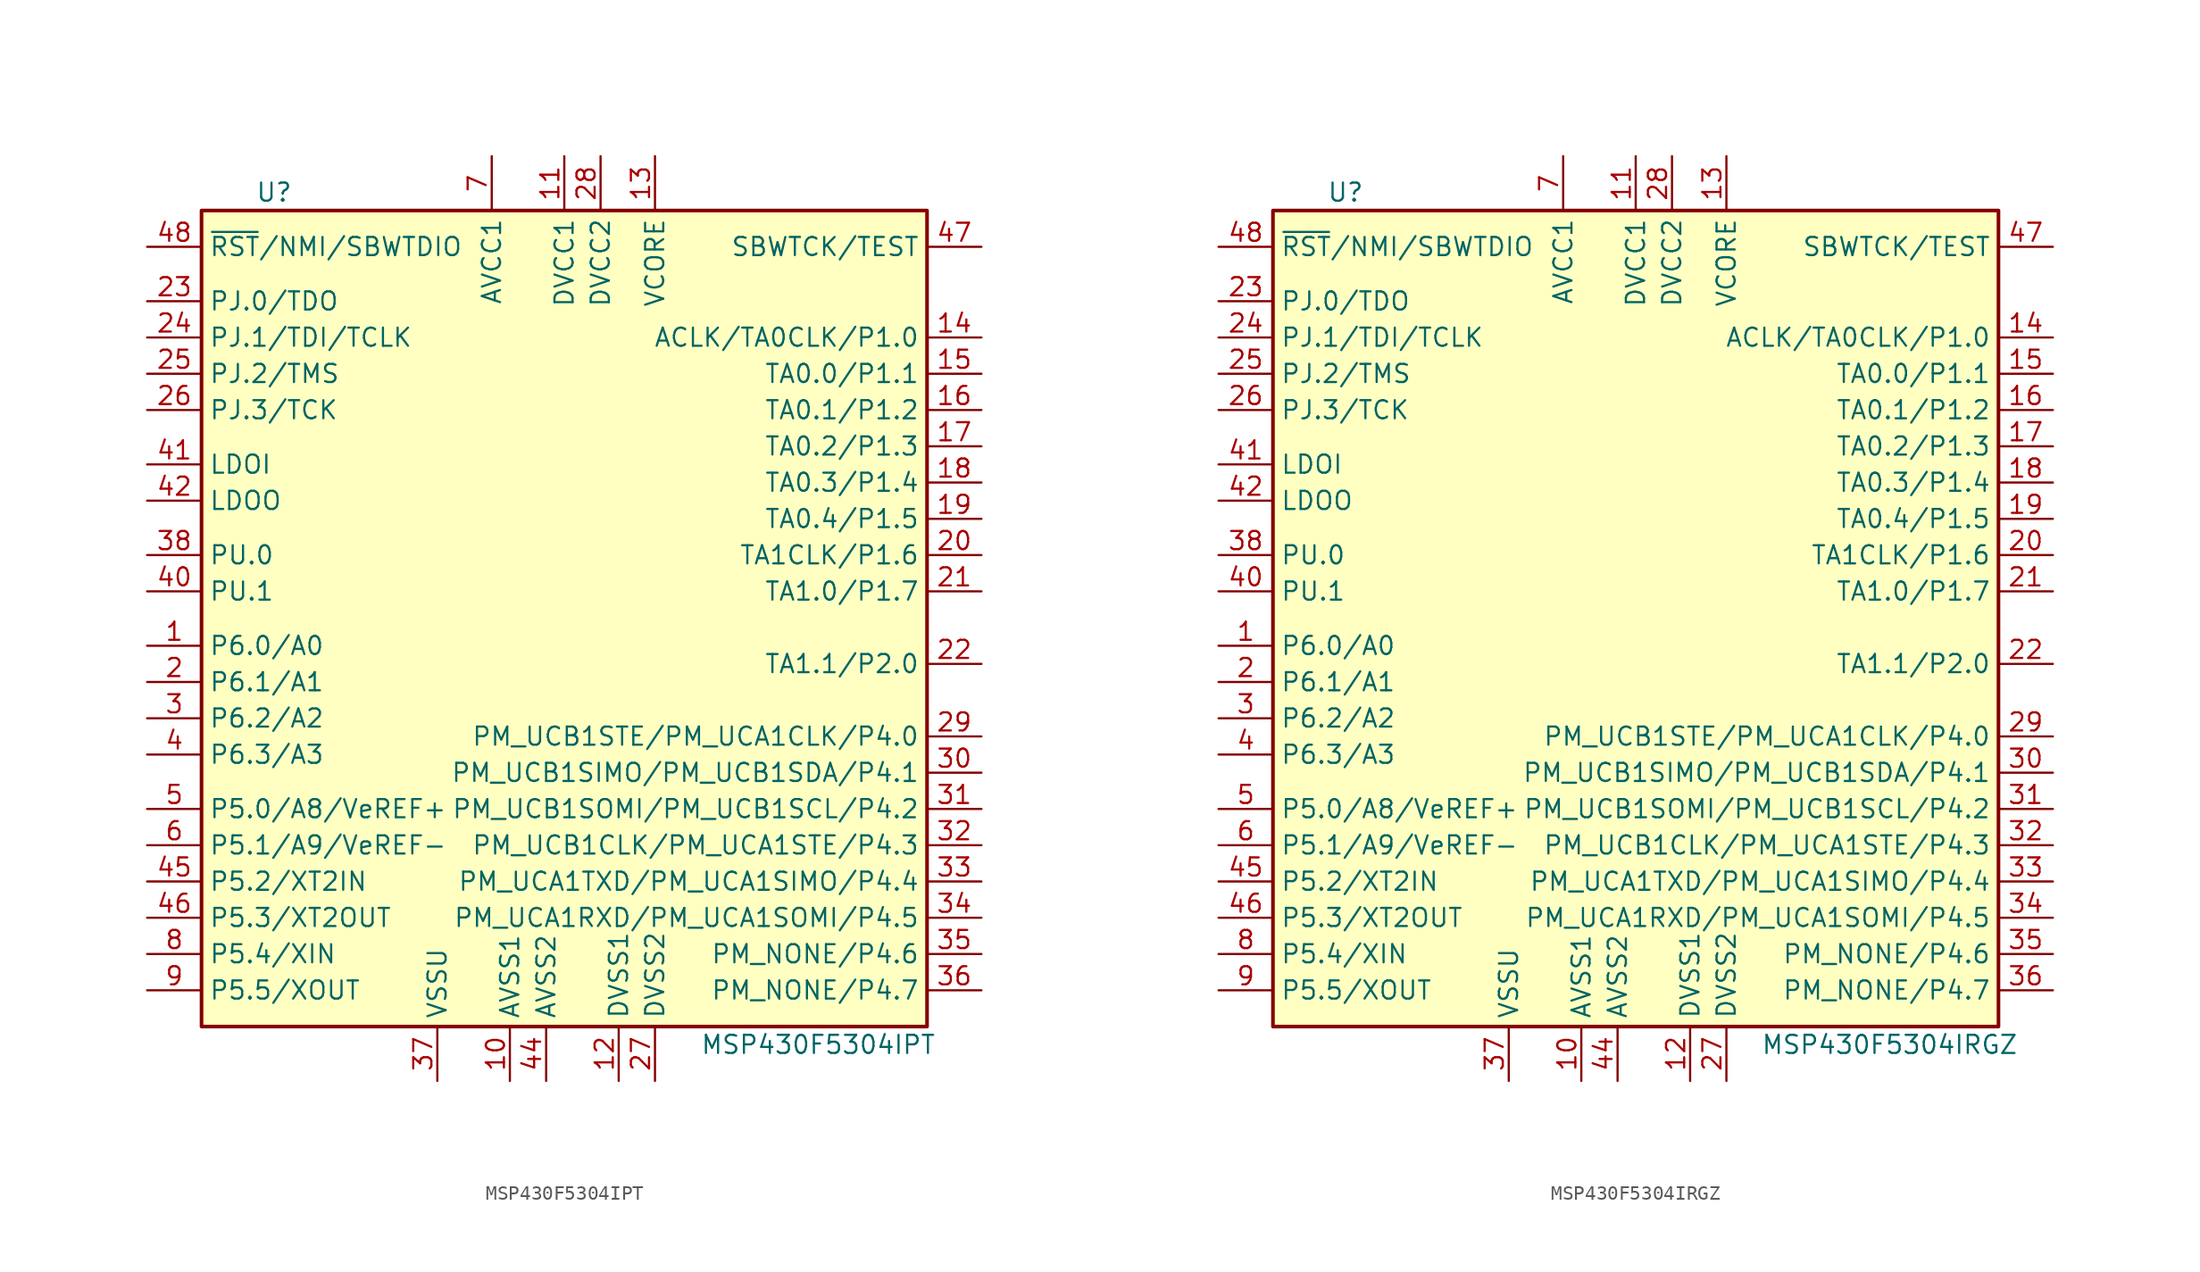
<source format=kicad_sym>
(kicad_symbol_lib
  (version 20201005)
  (generator kicad_symbol_editor)
  (symbol "MCU_Texas_MSP430:MSP430F5304IPT"
    (property "Reference" "U"
      (at -21.59 30.48 0)
      (effects (font (size 1.27 1.27))))
    (property "Value" "MSP430F5304IPT"
      (at 16.51 -29.21 0)
      (effects (font (size 1.27 1.27))))
    (symbol "MSP430F5304IPT_0_1"
      (rectangle (start -26.67 29.21) (end 24.13 -27.94) (stroke (width 0.254)) (fill (type background))))
    (symbol "MSP430F5304IPT_1_1"
      (pin bidirectional line (at -30.48 -1.27 0) (length 3.81) (name "P6.0/A0" (effects (font (size 1.27 1.27)))) (number "1" (effects (font (size 1.27 1.27)))))
      (pin power_in line (at -5.08 -31.75 90) (length 3.81) (name "AVSS1" (effects (font (size 1.27 1.27)))) (number "10" (effects (font (size 1.27 1.27)))))
      (pin power_in line (at -1.27 33.02 270) (length 3.81) (name "DVCC1" (effects (font (size 1.27 1.27)))) (number "11" (effects (font (size 1.27 1.27)))))
      (pin power_in line (at 2.54 -31.75 90) (length 3.81) (name "DVSS1" (effects (font (size 1.27 1.27)))) (number "12" (effects (font (size 1.27 1.27)))))
      (pin bidirectional line (at 5.08 33.02 270) (length 3.81) (name "VCORE" (effects (font (size 1.27 1.27)))) (number "13" (effects (font (size 1.27 1.27)))))
      (pin bidirectional line (at 27.94 20.32 180) (length 3.81) (name "ACLK/TA0CLK/P1.0" (effects (font (size 1.27 1.27)))) (number "14" (effects (font (size 1.27 1.27)))))
      (pin bidirectional line (at 27.94 17.78 180) (length 3.81) (name "TA0.0/P1.1" (effects (font (size 1.27 1.27)))) (number "15" (effects (font (size 1.27 1.27)))))
      (pin bidirectional line (at 27.94 15.24 180) (length 3.81) (name "TA0.1/P1.2" (effects (font (size 1.27 1.27)))) (number "16" (effects (font (size 1.27 1.27)))))
      (pin bidirectional line (at 27.94 12.7 180) (length 3.81) (name "TA0.2/P1.3" (effects (font (size 1.27 1.27)))) (number "17" (effects (font (size 1.27 1.27)))))
      (pin bidirectional line (at 27.94 10.16 180) (length 3.81) (name "TA0.3/P1.4" (effects (font (size 1.27 1.27)))) (number "18" (effects (font (size 1.27 1.27)))))
      (pin bidirectional line (at 27.94 7.62 180) (length 3.81) (name "TA0.4/P1.5" (effects (font (size 1.27 1.27)))) (number "19" (effects (font (size 1.27 1.27)))))
      (pin bidirectional line (at -30.48 -3.81 0) (length 3.81) (name "P6.1/A1" (effects (font (size 1.27 1.27)))) (number "2" (effects (font (size 1.27 1.27)))))
      (pin bidirectional line (at 27.94 5.08 180) (length 3.81) (name "TA1CLK/P1.6" (effects (font (size 1.27 1.27)))) (number "20" (effects (font (size 1.27 1.27)))))
      (pin bidirectional line (at 27.94 2.54 180) (length 3.81) (name "TA1.0/P1.7" (effects (font (size 1.27 1.27)))) (number "21" (effects (font (size 1.27 1.27)))))
      (pin bidirectional line (at 27.94 -2.54 180) (length 3.81) (name "TA1.1/P2.0" (effects (font (size 1.27 1.27)))) (number "22" (effects (font (size 1.27 1.27)))))
      (pin bidirectional line (at -30.48 22.86 0) (length 3.81) (name "PJ.0/TDO" (effects (font (size 1.27 1.27)))) (number "23" (effects (font (size 1.27 1.27)))))
      (pin bidirectional line (at -30.48 20.32 0) (length 3.81) (name "PJ.1/TDI/TCLK" (effects (font (size 1.27 1.27)))) (number "24" (effects (font (size 1.27 1.27)))))
      (pin bidirectional line (at -30.48 17.78 0) (length 3.81) (name "PJ.2/TMS" (effects (font (size 1.27 1.27)))) (number "25" (effects (font (size 1.27 1.27)))))
      (pin bidirectional line (at -30.48 15.24 0) (length 3.81) (name "PJ.3/TCK" (effects (font (size 1.27 1.27)))) (number "26" (effects (font (size 1.27 1.27)))))
      (pin power_in line (at 5.08 -31.75 90) (length 3.81) (name "DVSS2" (effects (font (size 1.27 1.27)))) (number "27" (effects (font (size 1.27 1.27)))))
      (pin power_in line (at 1.27 33.02 270) (length 3.81) (name "DVCC2" (effects (font (size 1.27 1.27)))) (number "28" (effects (font (size 1.27 1.27)))))
      (pin bidirectional line (at 27.94 -7.62 180) (length 3.81) (name "PM_UCB1STE/PM_UCA1CLK/P4.0" (effects (font (size 1.27 1.27)))) (number "29" (effects (font (size 1.27 1.27)))))
      (pin bidirectional line (at -30.48 -6.35 0) (length 3.81) (name "P6.2/A2" (effects (font (size 1.27 1.27)))) (number "3" (effects (font (size 1.27 1.27)))))
      (pin bidirectional line (at 27.94 -10.16 180) (length 3.81) (name "PM_UCB1SIMO/PM_UCB1SDA/P4.1" (effects (font (size 1.27 1.27)))) (number "30" (effects (font (size 1.27 1.27)))))
      (pin bidirectional line (at 27.94 -12.7 180) (length 3.81) (name "PM_UCB1SOMI/PM_UCB1SCL/P4.2" (effects (font (size 1.27 1.27)))) (number "31" (effects (font (size 1.27 1.27)))))
      (pin bidirectional line (at 27.94 -15.24 180) (length 3.81) (name "PM_UCB1CLK/PM_UCA1STE/P4.3" (effects (font (size 1.27 1.27)))) (number "32" (effects (font (size 1.27 1.27)))))
      (pin bidirectional line (at 27.94 -17.78 180) (length 3.81) (name "PM_UCA1TXD/PM_UCA1SIMO/P4.4" (effects (font (size 1.27 1.27)))) (number "33" (effects (font (size 1.27 1.27)))))
      (pin bidirectional line (at 27.94 -20.32 180) (length 3.81) (name "PM_UCA1RXD/PM_UCA1SOMI/P4.5" (effects (font (size 1.27 1.27)))) (number "34" (effects (font (size 1.27 1.27)))))
      (pin bidirectional line (at 27.94 -22.86 180) (length 3.81) (name "PM_NONE/P4.6" (effects (font (size 1.27 1.27)))) (number "35" (effects (font (size 1.27 1.27)))))
      (pin bidirectional line (at 27.94 -25.4 180) (length 3.81) (name "PM_NONE/P4.7" (effects (font (size 1.27 1.27)))) (number "36" (effects (font (size 1.27 1.27)))))
      (pin power_in line (at -10.16 -31.75 90) (length 3.81) (name "VSSU" (effects (font (size 1.27 1.27)))) (number "37" (effects (font (size 1.27 1.27)))))
      (pin bidirectional line (at -30.48 5.08 0) (length 3.81) (name "PU.0" (effects (font (size 1.27 1.27)))) (number "38" (effects (font (size 1.27 1.27)))))
      (pin bidirectional line (at -30.48 -8.89 0) (length 3.81) (name "P6.3/A3" (effects (font (size 1.27 1.27)))) (number "4" (effects (font (size 1.27 1.27)))))
      (pin bidirectional line (at -30.48 2.54 0) (length 3.81) (name "PU.1" (effects (font (size 1.27 1.27)))) (number "40" (effects (font (size 1.27 1.27)))))
      (pin power_in line (at -30.48 11.43 0) (length 3.81) (name "LDOI" (effects (font (size 1.27 1.27)))) (number "41" (effects (font (size 1.27 1.27)))))
      (pin power_out line (at -30.48 8.89 0) (length 3.81) (name "LDOO" (effects (font (size 1.27 1.27)))) (number "42" (effects (font (size 1.27 1.27)))))
      (pin power_in line (at -2.54 -31.75 90) (length 3.81) (name "AVSS2" (effects (font (size 1.27 1.27)))) (number "44" (effects (font (size 1.27 1.27)))))
      (pin bidirectional line (at -30.48 -17.78 0) (length 3.81) (name "P5.2/XT2IN" (effects (font (size 1.27 1.27)))) (number "45" (effects (font (size 1.27 1.27)))))
      (pin bidirectional line (at -30.48 -20.32 0) (length 3.81) (name "P5.3/XT2OUT" (effects (font (size 1.27 1.27)))) (number "46" (effects (font (size 1.27 1.27)))))
      (pin input line (at 27.94 26.67 180) (length 3.81) (name "SBWTCK/TEST" (effects (font (size 1.27 1.27)))) (number "47" (effects (font (size 1.27 1.27)))))
      (pin input line (at -30.48 26.67 0) (length 3.81) (name "~RST~/NMI/SBWTDIO" (effects (font (size 1.27 1.27)))) (number "48" (effects (font (size 1.27 1.27)))))
      (pin bidirectional line (at -30.48 -12.7 0) (length 3.81) (name "P5.0/A8/VeREF+" (effects (font (size 1.27 1.27)))) (number "5" (effects (font (size 1.27 1.27)))))
      (pin bidirectional line (at -30.48 -15.24 0) (length 3.81) (name "P5.1/A9/VeREF-" (effects (font (size 1.27 1.27)))) (number "6" (effects (font (size 1.27 1.27)))))
      (pin power_in line (at -6.35 33.02 270) (length 3.81) (name "AVCC1" (effects (font (size 1.27 1.27)))) (number "7" (effects (font (size 1.27 1.27)))))
      (pin bidirectional line (at -30.48 -22.86 0) (length 3.81) (name "P5.4/XIN" (effects (font (size 1.27 1.27)))) (number "8" (effects (font (size 1.27 1.27)))))
      (pin bidirectional line (at -30.48 -25.4 0) (length 3.81) (name "P5.5/XOUT" (effects (font (size 1.27 1.27)))) (number "9" (effects (font (size 1.27 1.27)))))))
  (symbol "MCU_Texas_MSP430:MSP430F5304IRGZ"
    (property "Reference" "U"
      (at -21.59 30.48 0)
      (effects (font (size 1.27 1.27))))
    (property "Value" "MSP430F5304IRGZ"
      (at 16.51 -29.21 0)
      (effects (font (size 1.27 1.27))))
    (symbol "MSP430F5304IRGZ_0_1"
      (rectangle (start -26.67 29.21) (end 24.13 -27.94) (stroke (width 0.254)) (fill (type background))))
    (symbol "MSP430F5304IRGZ_1_1"
      (pin bidirectional line (at -30.48 -1.27 0) (length 3.81) (name "P6.0/A0" (effects (font (size 1.27 1.27)))) (number "1" (effects (font (size 1.27 1.27)))))
      (pin power_in line (at -5.08 -31.75 90) (length 3.81) (name "AVSS1" (effects (font (size 1.27 1.27)))) (number "10" (effects (font (size 1.27 1.27)))))
      (pin power_in line (at -1.27 33.02 270) (length 3.81) (name "DVCC1" (effects (font (size 1.27 1.27)))) (number "11" (effects (font (size 1.27 1.27)))))
      (pin power_in line (at 2.54 -31.75 90) (length 3.81) (name "DVSS1" (effects (font (size 1.27 1.27)))) (number "12" (effects (font (size 1.27 1.27)))))
      (pin bidirectional line (at 5.08 33.02 270) (length 3.81) (name "VCORE" (effects (font (size 1.27 1.27)))) (number "13" (effects (font (size 1.27 1.27)))))
      (pin bidirectional line (at 27.94 20.32 180) (length 3.81) (name "ACLK/TA0CLK/P1.0" (effects (font (size 1.27 1.27)))) (number "14" (effects (font (size 1.27 1.27)))))
      (pin bidirectional line (at 27.94 17.78 180) (length 3.81) (name "TA0.0/P1.1" (effects (font (size 1.27 1.27)))) (number "15" (effects (font (size 1.27 1.27)))))
      (pin bidirectional line (at 27.94 15.24 180) (length 3.81) (name "TA0.1/P1.2" (effects (font (size 1.27 1.27)))) (number "16" (effects (font (size 1.27 1.27)))))
      (pin bidirectional line (at 27.94 12.7 180) (length 3.81) (name "TA0.2/P1.3" (effects (font (size 1.27 1.27)))) (number "17" (effects (font (size 1.27 1.27)))))
      (pin bidirectional line (at 27.94 10.16 180) (length 3.81) (name "TA0.3/P1.4" (effects (font (size 1.27 1.27)))) (number "18" (effects (font (size 1.27 1.27)))))
      (pin bidirectional line (at 27.94 7.62 180) (length 3.81) (name "TA0.4/P1.5" (effects (font (size 1.27 1.27)))) (number "19" (effects (font (size 1.27 1.27)))))
      (pin bidirectional line (at -30.48 -3.81 0) (length 3.81) (name "P6.1/A1" (effects (font (size 1.27 1.27)))) (number "2" (effects (font (size 1.27 1.27)))))
      (pin bidirectional line (at 27.94 5.08 180) (length 3.81) (name "TA1CLK/P1.6" (effects (font (size 1.27 1.27)))) (number "20" (effects (font (size 1.27 1.27)))))
      (pin bidirectional line (at 27.94 2.54 180) (length 3.81) (name "TA1.0/P1.7" (effects (font (size 1.27 1.27)))) (number "21" (effects (font (size 1.27 1.27)))))
      (pin bidirectional line (at 27.94 -2.54 180) (length 3.81) (name "TA1.1/P2.0" (effects (font (size 1.27 1.27)))) (number "22" (effects (font (size 1.27 1.27)))))
      (pin bidirectional line (at -30.48 22.86 0) (length 3.81) (name "PJ.0/TDO" (effects (font (size 1.27 1.27)))) (number "23" (effects (font (size 1.27 1.27)))))
      (pin bidirectional line (at -30.48 20.32 0) (length 3.81) (name "PJ.1/TDI/TCLK" (effects (font (size 1.27 1.27)))) (number "24" (effects (font (size 1.27 1.27)))))
      (pin bidirectional line (at -30.48 17.78 0) (length 3.81) (name "PJ.2/TMS" (effects (font (size 1.27 1.27)))) (number "25" (effects (font (size 1.27 1.27)))))
      (pin bidirectional line (at -30.48 15.24 0) (length 3.81) (name "PJ.3/TCK" (effects (font (size 1.27 1.27)))) (number "26" (effects (font (size 1.27 1.27)))))
      (pin power_in line (at 5.08 -31.75 90) (length 3.81) (name "DVSS2" (effects (font (size 1.27 1.27)))) (number "27" (effects (font (size 1.27 1.27)))))
      (pin power_in line (at 1.27 33.02 270) (length 3.81) (name "DVCC2" (effects (font (size 1.27 1.27)))) (number "28" (effects (font (size 1.27 1.27)))))
      (pin bidirectional line (at 27.94 -7.62 180) (length 3.81) (name "PM_UCB1STE/PM_UCA1CLK/P4.0" (effects (font (size 1.27 1.27)))) (number "29" (effects (font (size 1.27 1.27)))))
      (pin bidirectional line (at -30.48 -6.35 0) (length 3.81) (name "P6.2/A2" (effects (font (size 1.27 1.27)))) (number "3" (effects (font (size 1.27 1.27)))))
      (pin bidirectional line (at 27.94 -10.16 180) (length 3.81) (name "PM_UCB1SIMO/PM_UCB1SDA/P4.1" (effects (font (size 1.27 1.27)))) (number "30" (effects (font (size 1.27 1.27)))))
      (pin bidirectional line (at 27.94 -12.7 180) (length 3.81) (name "PM_UCB1SOMI/PM_UCB1SCL/P4.2" (effects (font (size 1.27 1.27)))) (number "31" (effects (font (size 1.27 1.27)))))
      (pin bidirectional line (at 27.94 -15.24 180) (length 3.81) (name "PM_UCB1CLK/PM_UCA1STE/P4.3" (effects (font (size 1.27 1.27)))) (number "32" (effects (font (size 1.27 1.27)))))
      (pin bidirectional line (at 27.94 -17.78 180) (length 3.81) (name "PM_UCA1TXD/PM_UCA1SIMO/P4.4" (effects (font (size 1.27 1.27)))) (number "33" (effects (font (size 1.27 1.27)))))
      (pin bidirectional line (at 27.94 -20.32 180) (length 3.81) (name "PM_UCA1RXD/PM_UCA1SOMI/P4.5" (effects (font (size 1.27 1.27)))) (number "34" (effects (font (size 1.27 1.27)))))
      (pin bidirectional line (at 27.94 -22.86 180) (length 3.81) (name "PM_NONE/P4.6" (effects (font (size 1.27 1.27)))) (number "35" (effects (font (size 1.27 1.27)))))
      (pin bidirectional line (at 27.94 -25.4 180) (length 3.81) (name "PM_NONE/P4.7" (effects (font (size 1.27 1.27)))) (number "36" (effects (font (size 1.27 1.27)))))
      (pin power_in line (at -10.16 -31.75 90) (length 3.81) (name "VSSU" (effects (font (size 1.27 1.27)))) (number "37" (effects (font (size 1.27 1.27)))))
      (pin bidirectional line (at -30.48 5.08 0) (length 3.81) (name "PU.0" (effects (font (size 1.27 1.27)))) (number "38" (effects (font (size 1.27 1.27)))))
      (pin bidirectional line (at -30.48 -8.89 0) (length 3.81) (name "P6.3/A3" (effects (font (size 1.27 1.27)))) (number "4" (effects (font (size 1.27 1.27)))))
      (pin bidirectional line (at -30.48 2.54 0) (length 3.81) (name "PU.1" (effects (font (size 1.27 1.27)))) (number "40" (effects (font (size 1.27 1.27)))))
      (pin power_in line (at -30.48 11.43 0) (length 3.81) (name "LDOI" (effects (font (size 1.27 1.27)))) (number "41" (effects (font (size 1.27 1.27)))))
      (pin power_out line (at -30.48 8.89 0) (length 3.81) (name "LDOO" (effects (font (size 1.27 1.27)))) (number "42" (effects (font (size 1.27 1.27)))))
      (pin power_in line (at -2.54 -31.75 90) (length 3.81) (name "AVSS2" (effects (font (size 1.27 1.27)))) (number "44" (effects (font (size 1.27 1.27)))))
      (pin bidirectional line (at -30.48 -17.78 0) (length 3.81) (name "P5.2/XT2IN" (effects (font (size 1.27 1.27)))) (number "45" (effects (font (size 1.27 1.27)))))
      (pin bidirectional line (at -30.48 -20.32 0) (length 3.81) (name "P5.3/XT2OUT" (effects (font (size 1.27 1.27)))) (number "46" (effects (font (size 1.27 1.27)))))
      (pin input line (at 27.94 26.67 180) (length 3.81) (name "SBWTCK/TEST" (effects (font (size 1.27 1.27)))) (number "47" (effects (font (size 1.27 1.27)))))
      (pin input line (at -30.48 26.67 0) (length 3.81) (name "~RST~/NMI/SBWTDIO" (effects (font (size 1.27 1.27)))) (number "48" (effects (font (size 1.27 1.27)))))
      (pin bidirectional line (at -30.48 -12.7 0) (length 3.81) (name "P5.0/A8/VeREF+" (effects (font (size 1.27 1.27)))) (number "5" (effects (font (size 1.27 1.27)))))
      (pin bidirectional line (at -30.48 -15.24 0) (length 3.81) (name "P5.1/A9/VeREF-" (effects (font (size 1.27 1.27)))) (number "6" (effects (font (size 1.27 1.27)))))
      (pin power_in line (at -6.35 33.02 270) (length 3.81) (name "AVCC1" (effects (font (size 1.27 1.27)))) (number "7" (effects (font (size 1.27 1.27)))))
      (pin bidirectional line (at -30.48 -22.86 0) (length 3.81) (name "P5.4/XIN" (effects (font (size 1.27 1.27)))) (number "8" (effects (font (size 1.27 1.27)))))
      (pin bidirectional line (at -30.48 -25.4 0) (length 3.81) (name "P5.5/XOUT" (effects (font (size 1.27 1.27)))) (number "9" (effects (font (size 1.27 1.27))))))))
</source>
